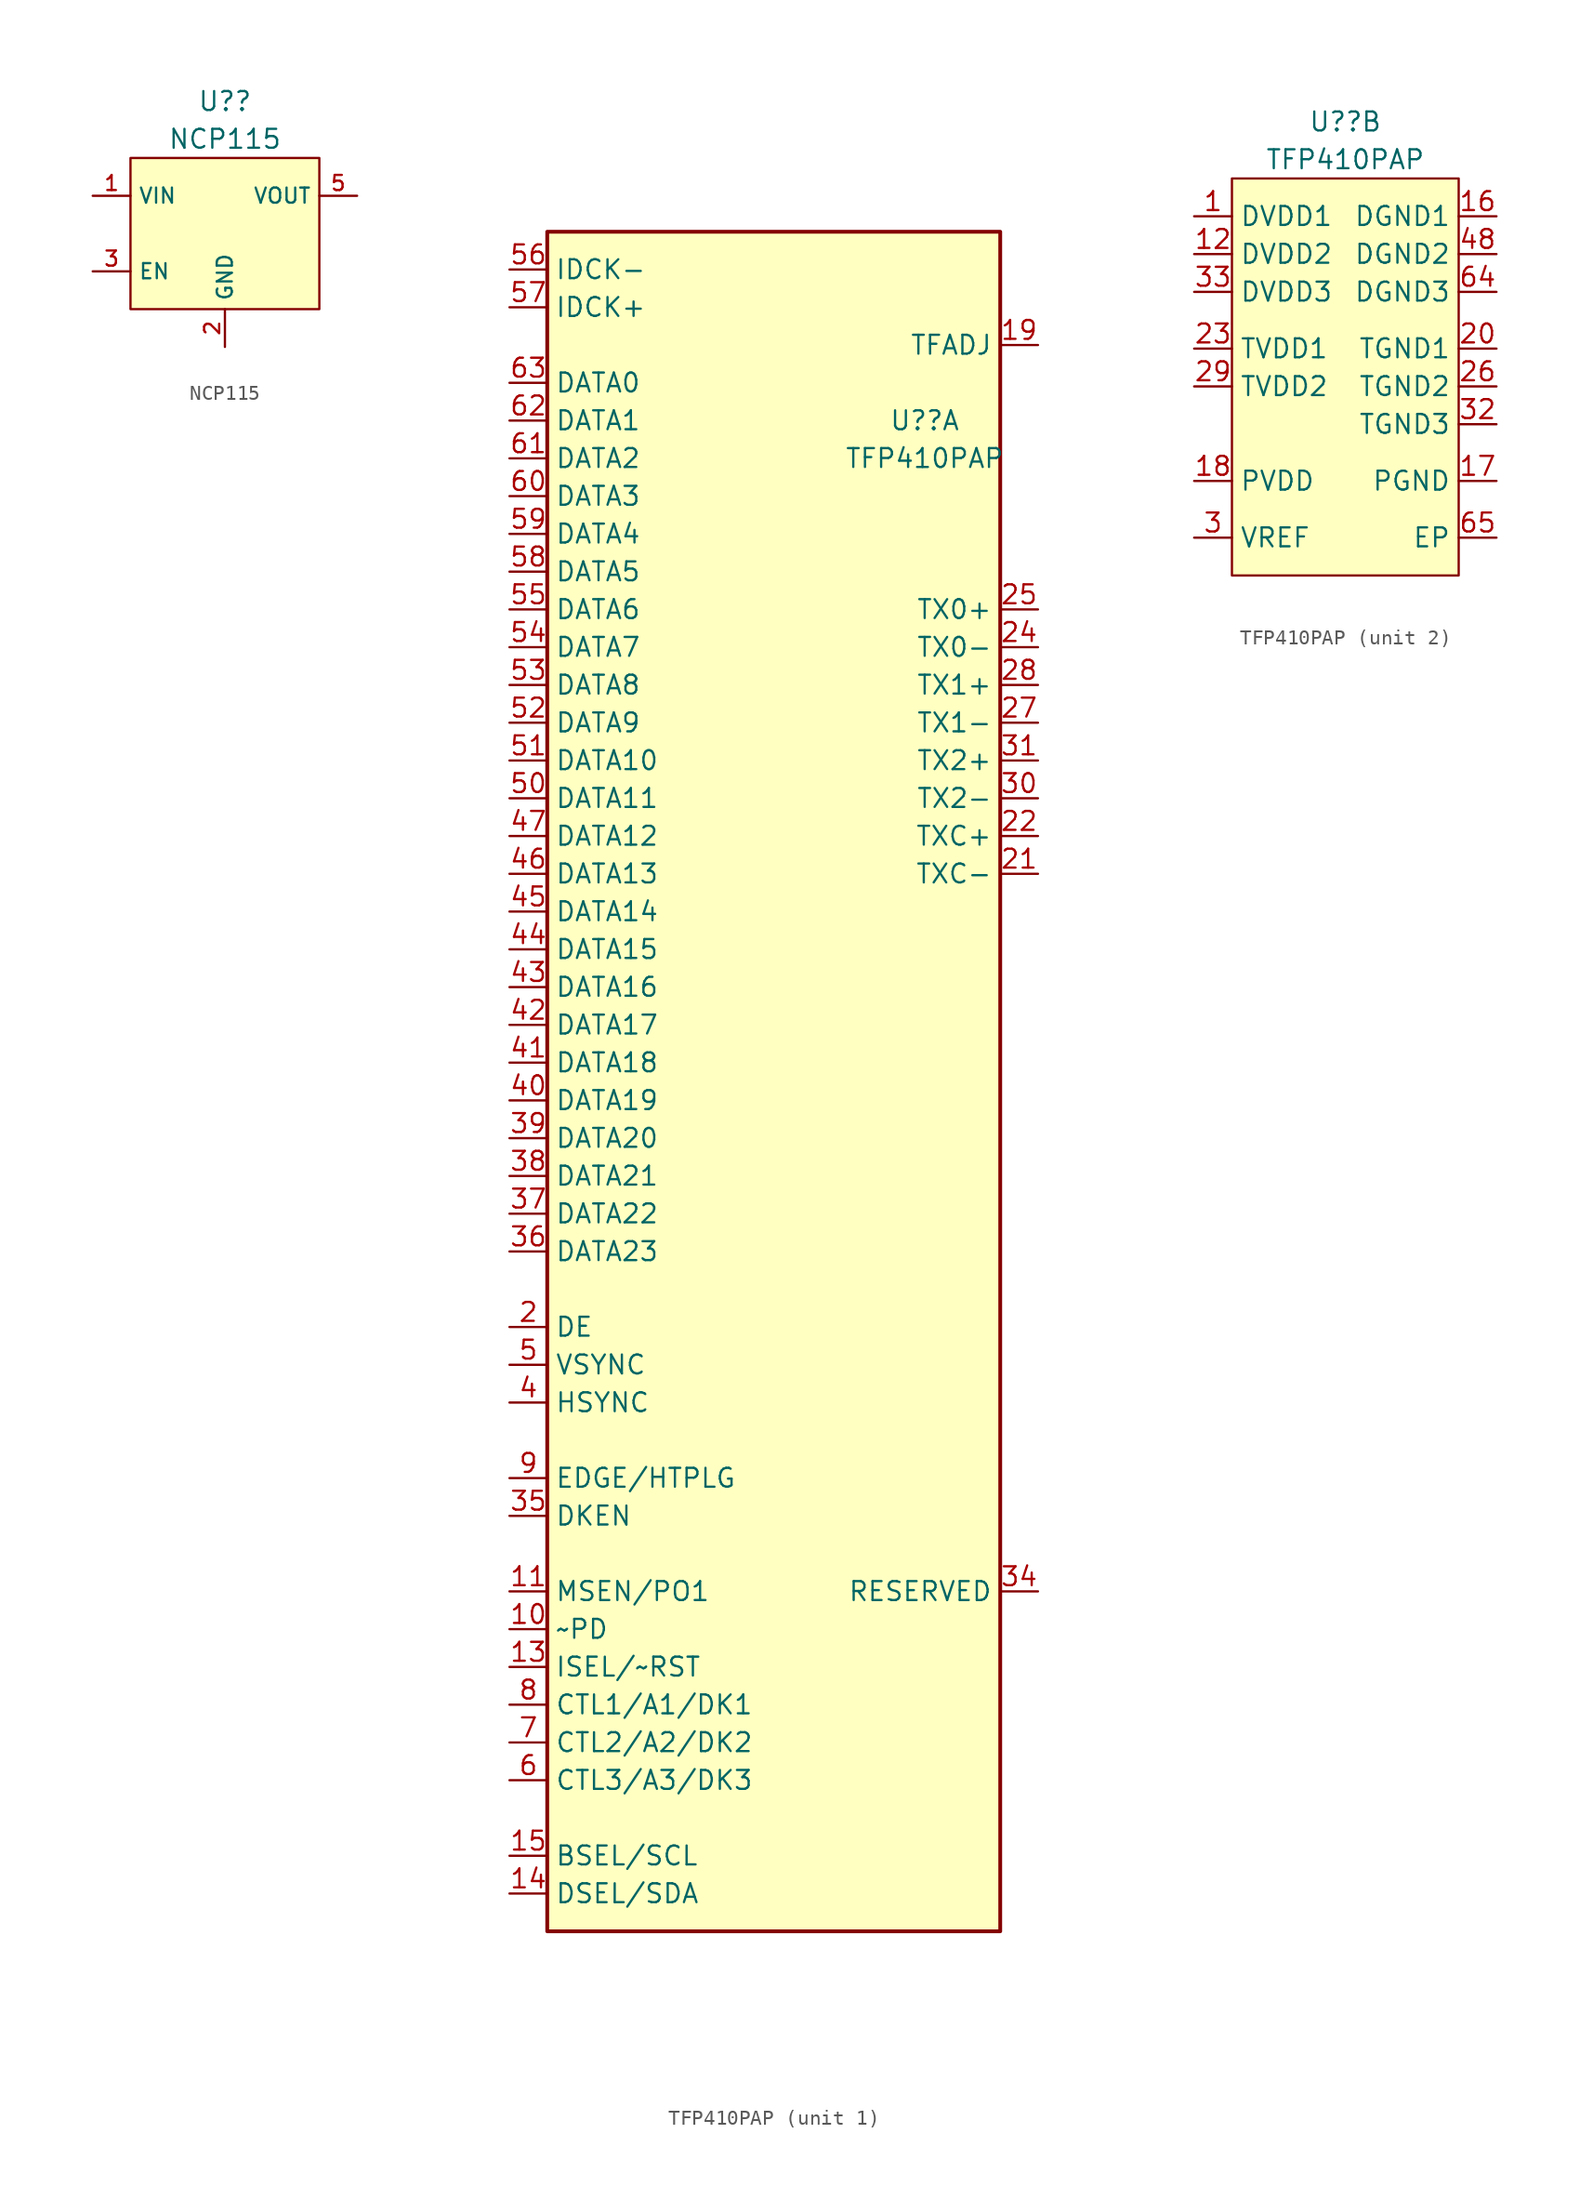
<source format=kicad_sym>
(kicad_symbol_lib
  (version 20220126)
  (generator kicad_symbol_editor)
  (symbol "NCP115"
    (property "Reference" "U?"
      (at 0 8.89 0)
      (effects (font (size 1.27 1.27))))
    (property "Value" "NCP115"
      (at 0 6.35 0)
      (effects (font (size 1.27 1.27))))
    (symbol "NCP115_0_1"
      (rectangle (start -6.35 5.08) (end 6.35 -5.08) (stroke (width 0.152) (type default)) (fill (type background))))
    (symbol "NCP115_1_1"
      (pin power_in line (at -8.89 2.54 0) (length 2.54) (name "VIN" (effects (font (size 1.016 1.016)))) (number "1" (effects (font (size 1.016 1.016)))))
      (pin power_in line (at 0 -7.62 90) (length 2.54) (name "GND" (effects (font (size 1.016 1.016)))) (number "2" (effects (font (size 1.016 1.016)))))
      (pin power_in line (at -8.89 -2.54 0) (length 2.54) (name "EN" (effects (font (size 1.016 1.016)))) (number "3" (effects (font (size 1.016 1.016)))))
      (pin power_in line (at 8.89 2.54 180) (length 2.54) (name "VOUT" (effects (font (size 1.016 1.016)))) (number "5" (effects (font (size 1.016 1.016)))))))
  (symbol "TFP410PAP"
    (property "Reference" "U?"
      (at 10.16 43.18 0)
      (effects (font (size 1.27 1.27))))
    (property "Value" "TFP410PAP"
      (at 10.16 40.64 0)
      (effects (font (size 1.27 1.27))))
    (property "ki_locked" ""
      (at 0 0 0)
      (effects (font (size 1.27 1.27))))
    (symbol "TFP410PAP_1_1"
      (rectangle (start -15.24 55.88) (end 15.24 -58.42) (stroke (width 0.254) (type default)) (fill (type background)))
      (pin input line (at -17.78 -38.1 0) (length 2.54) (name "~PD" (effects (font (size 1.27 1.27)))) (number "10" (effects (font (size 1.27 1.27)))))
      (pin output line (at -17.78 -35.56 0) (length 2.54) (name "MSEN/PO1" (effects (font (size 1.27 1.27)))) (number "11" (effects (font (size 1.27 1.27)))))
      (pin input line (at -17.78 -40.64 0) (length 2.54) (name "ISEL/~RST" (effects (font (size 1.27 1.27)))) (number "13" (effects (font (size 1.27 1.27)))))
      (pin bidirectional line (at -17.78 -55.88 0) (length 2.54) (name "DSEL/SDA" (effects (font (size 1.27 1.27)))) (number "14" (effects (font (size 1.27 1.27)))))
      (pin input line (at -17.78 -53.34 0) (length 2.54) (name "BSEL/SCL" (effects (font (size 1.27 1.27)))) (number "15" (effects (font (size 1.27 1.27)))))
      (pin input line (at 17.78 48.26 180) (length 2.54) (name "TFADJ" (effects (font (size 1.27 1.27)))) (number "19" (effects (font (size 1.27 1.27)))))
      (pin input line (at -17.78 -17.78 0) (length 2.54) (name "DE" (effects (font (size 1.27 1.27)))) (number "2" (effects (font (size 1.27 1.27)))))
      (pin output line (at 17.78 12.7 180) (length 2.54) (name "TXC-" (effects (font (size 1.27 1.27)))) (number "21" (effects (font (size 1.27 1.27)))))
      (pin output line (at 17.78 15.24 180) (length 2.54) (name "TXC+" (effects (font (size 1.27 1.27)))) (number "22" (effects (font (size 1.27 1.27)))))
      (pin output line (at 17.78 27.94 180) (length 2.54) (name "TX0-" (effects (font (size 1.27 1.27)))) (number "24" (effects (font (size 1.27 1.27)))))
      (pin output line (at 17.78 30.48 180) (length 2.54) (name "TX0+" (effects (font (size 1.27 1.27)))) (number "25" (effects (font (size 1.27 1.27)))))
      (pin output line (at 17.78 22.86 180) (length 2.54) (name "TX1-" (effects (font (size 1.27 1.27)))) (number "27" (effects (font (size 1.27 1.27)))))
      (pin output line (at 17.78 25.4 180) (length 2.54) (name "TX1+" (effects (font (size 1.27 1.27)))) (number "28" (effects (font (size 1.27 1.27)))))
      (pin output line (at 17.78 17.78 180) (length 2.54) (name "TX2-" (effects (font (size 1.27 1.27)))) (number "30" (effects (font (size 1.27 1.27)))))
      (pin output line (at 17.78 20.32 180) (length 2.54) (name "TX2+" (effects (font (size 1.27 1.27)))) (number "31" (effects (font (size 1.27 1.27)))))
      (pin input line (at 17.78 -35.56 180) (length 2.54) (name "RESERVED" (effects (font (size 1.27 1.27)))) (number "34" (effects (font (size 1.27 1.27)))))
      (pin input line (at -17.78 -30.48 0) (length 2.54) (name "DKEN" (effects (font (size 1.27 1.27)))) (number "35" (effects (font (size 1.27 1.27)))))
      (pin input line (at -17.78 -12.7 0) (length 2.54) (name "DATA23" (effects (font (size 1.27 1.27)))) (number "36" (effects (font (size 1.27 1.27)))))
      (pin input line (at -17.78 -10.16 0) (length 2.54) (name "DATA22" (effects (font (size 1.27 1.27)))) (number "37" (effects (font (size 1.27 1.27)))))
      (pin input line (at -17.78 -7.62 0) (length 2.54) (name "DATA21" (effects (font (size 1.27 1.27)))) (number "38" (effects (font (size 1.27 1.27)))))
      (pin input line (at -17.78 -5.08 0) (length 2.54) (name "DATA20" (effects (font (size 1.27 1.27)))) (number "39" (effects (font (size 1.27 1.27)))))
      (pin input line (at -17.78 -22.86 0) (length 2.54) (name "HSYNC" (effects (font (size 1.27 1.27)))) (number "4" (effects (font (size 1.27 1.27)))))
      (pin input line (at -17.78 -2.54 0) (length 2.54) (name "DATA19" (effects (font (size 1.27 1.27)))) (number "40" (effects (font (size 1.27 1.27)))))
      (pin input line (at -17.78 0 0) (length 2.54) (name "DATA18" (effects (font (size 1.27 1.27)))) (number "41" (effects (font (size 1.27 1.27)))))
      (pin input line (at -17.78 2.54 0) (length 2.54) (name "DATA17" (effects (font (size 1.27 1.27)))) (number "42" (effects (font (size 1.27 1.27)))))
      (pin input line (at -17.78 5.08 0) (length 2.54) (name "DATA16" (effects (font (size 1.27 1.27)))) (number "43" (effects (font (size 1.27 1.27)))))
      (pin input line (at -17.78 7.62 0) (length 2.54) (name "DATA15" (effects (font (size 1.27 1.27)))) (number "44" (effects (font (size 1.27 1.27)))))
      (pin input line (at -17.78 10.16 0) (length 2.54) (name "DATA14" (effects (font (size 1.27 1.27)))) (number "45" (effects (font (size 1.27 1.27)))))
      (pin input line (at -17.78 12.7 0) (length 2.54) (name "DATA13" (effects (font (size 1.27 1.27)))) (number "46" (effects (font (size 1.27 1.27)))))
      (pin input line (at -17.78 15.24 0) (length 2.54) (name "DATA12" (effects (font (size 1.27 1.27)))) (number "47" (effects (font (size 1.27 1.27)))))
      (pin no_connect line (at 15.24 -33.02 180) (length 2.54) hide (name "NC" (effects (font (size 1.27 1.27)))) (number "49" (effects (font (size 1.27 1.27)))))
      (pin input line (at -17.78 -20.32 0) (length 2.54) (name "VSYNC" (effects (font (size 1.27 1.27)))) (number "5" (effects (font (size 1.27 1.27)))))
      (pin input line (at -17.78 17.78 0) (length 2.54) (name "DATA11" (effects (font (size 1.27 1.27)))) (number "50" (effects (font (size 1.27 1.27)))))
      (pin input line (at -17.78 20.32 0) (length 2.54) (name "DATA10" (effects (font (size 1.27 1.27)))) (number "51" (effects (font (size 1.27 1.27)))))
      (pin input line (at -17.78 22.86 0) (length 2.54) (name "DATA9" (effects (font (size 1.27 1.27)))) (number "52" (effects (font (size 1.27 1.27)))))
      (pin input line (at -17.78 25.4 0) (length 2.54) (name "DATA8" (effects (font (size 1.27 1.27)))) (number "53" (effects (font (size 1.27 1.27)))))
      (pin input line (at -17.78 27.94 0) (length 2.54) (name "DATA7" (effects (font (size 1.27 1.27)))) (number "54" (effects (font (size 1.27 1.27)))))
      (pin input line (at -17.78 30.48 0) (length 2.54) (name "DATA6" (effects (font (size 1.27 1.27)))) (number "55" (effects (font (size 1.27 1.27)))))
      (pin input line (at -17.78 53.34 0) (length 2.54) (name "IDCK-" (effects (font (size 1.27 1.27)))) (number "56" (effects (font (size 1.27 1.27)))))
      (pin input line (at -17.78 50.8 0) (length 2.54) (name "IDCK+" (effects (font (size 1.27 1.27)))) (number "57" (effects (font (size 1.27 1.27)))))
      (pin input line (at -17.78 33.02 0) (length 2.54) (name "DATA5" (effects (font (size 1.27 1.27)))) (number "58" (effects (font (size 1.27 1.27)))))
      (pin input line (at -17.78 35.56 0) (length 2.54) (name "DATA4" (effects (font (size 1.27 1.27)))) (number "59" (effects (font (size 1.27 1.27)))))
      (pin input line (at -17.78 -48.26 0) (length 2.54) (name "CTL3/A3/DK3" (effects (font (size 1.27 1.27)))) (number "6" (effects (font (size 1.27 1.27)))))
      (pin input line (at -17.78 38.1 0) (length 2.54) (name "DATA3" (effects (font (size 1.27 1.27)))) (number "60" (effects (font (size 1.27 1.27)))))
      (pin input line (at -17.78 40.64 0) (length 2.54) (name "DATA2" (effects (font (size 1.27 1.27)))) (number "61" (effects (font (size 1.27 1.27)))))
      (pin input line (at -17.78 43.18 0) (length 2.54) (name "DATA1" (effects (font (size 1.27 1.27)))) (number "62" (effects (font (size 1.27 1.27)))))
      (pin input line (at -17.78 45.72 0) (length 2.54) (name "DATA0" (effects (font (size 1.27 1.27)))) (number "63" (effects (font (size 1.27 1.27)))))
      (pin input line (at -17.78 -45.72 0) (length 2.54) (name "CTL2/A2/DK2" (effects (font (size 1.27 1.27)))) (number "7" (effects (font (size 1.27 1.27)))))
      (pin input line (at -17.78 -43.18 0) (length 2.54) (name "CTL1/A1/DK1" (effects (font (size 1.27 1.27)))) (number "8" (effects (font (size 1.27 1.27)))))
      (pin input line (at -17.78 -27.94 0) (length 2.54) (name "EDGE/HTPLG" (effects (font (size 1.27 1.27)))) (number "9" (effects (font (size 1.27 1.27))))))
    (symbol "TFP410PAP_2_1"
      (rectangle (start 2.54 39.37) (end 17.78 12.7) (stroke (width 0.152) (type default)) (fill (type background)))
      (pin power_in line (at 0 36.83 0) (length 2.54) (name "DVDD1" (effects (font (size 1.27 1.27)))) (number "1" (effects (font (size 1.27 1.27)))))
      (pin power_in line (at 0 34.29 0) (length 2.54) (name "DVDD2" (effects (font (size 1.27 1.27)))) (number "12" (effects (font (size 1.27 1.27)))))
      (pin power_in line (at 20.32 36.83 180) (length 2.54) (name "DGND1" (effects (font (size 1.27 1.27)))) (number "16" (effects (font (size 1.27 1.27)))))
      (pin power_in line (at 20.32 19.05 180) (length 2.54) (name "PGND" (effects (font (size 1.27 1.27)))) (number "17" (effects (font (size 1.27 1.27)))))
      (pin power_in line (at 0 19.05 0) (length 2.54) (name "PVDD" (effects (font (size 1.27 1.27)))) (number "18" (effects (font (size 1.27 1.27)))))
      (pin power_in line (at 20.32 27.94 180) (length 2.54) (name "TGND1" (effects (font (size 1.27 1.27)))) (number "20" (effects (font (size 1.27 1.27)))))
      (pin power_in line (at 0 27.94 0) (length 2.54) (name "TVDD1" (effects (font (size 1.27 1.27)))) (number "23" (effects (font (size 1.27 1.27)))))
      (pin power_in line (at 20.32 25.4 180) (length 2.54) (name "TGND2" (effects (font (size 1.27 1.27)))) (number "26" (effects (font (size 1.27 1.27)))))
      (pin power_in line (at 0 25.4 0) (length 2.54) (name "TVDD2" (effects (font (size 1.27 1.27)))) (number "29" (effects (font (size 1.27 1.27)))))
      (pin input line (at 0 15.24 0) (length 2.54) (name "VREF" (effects (font (size 1.27 1.27)))) (number "3" (effects (font (size 1.27 1.27)))))
      (pin power_in line (at 20.32 22.86 180) (length 2.54) (name "TGND3" (effects (font (size 1.27 1.27)))) (number "32" (effects (font (size 1.27 1.27)))))
      (pin power_in line (at 0 31.75 0) (length 2.54) (name "DVDD3" (effects (font (size 1.27 1.27)))) (number "33" (effects (font (size 1.27 1.27)))))
      (pin power_in line (at 20.32 34.29 180) (length 2.54) (name "DGND2" (effects (font (size 1.27 1.27)))) (number "48" (effects (font (size 1.27 1.27)))))
      (pin power_in line (at 20.32 31.75 180) (length 2.54) (name "DGND3" (effects (font (size 1.27 1.27)))) (number "64" (effects (font (size 1.27 1.27)))))
      (pin power_in line (at 20.32 15.24 180) (length 2.54) (name "EP" (effects (font (size 1.27 1.27)))) (number "65" (effects (font (size 1.27 1.27))))))))
</source>
